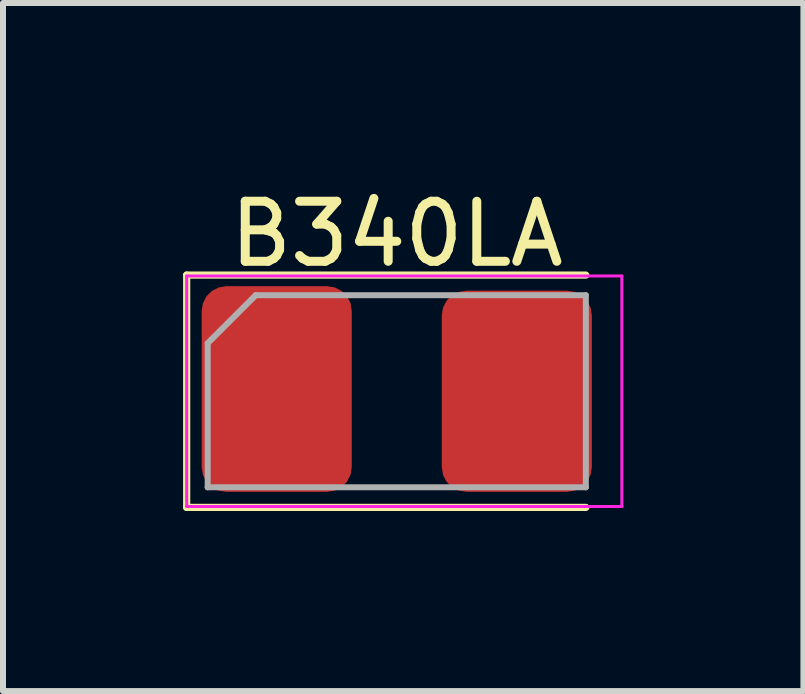
<source format=kicad_pcb>
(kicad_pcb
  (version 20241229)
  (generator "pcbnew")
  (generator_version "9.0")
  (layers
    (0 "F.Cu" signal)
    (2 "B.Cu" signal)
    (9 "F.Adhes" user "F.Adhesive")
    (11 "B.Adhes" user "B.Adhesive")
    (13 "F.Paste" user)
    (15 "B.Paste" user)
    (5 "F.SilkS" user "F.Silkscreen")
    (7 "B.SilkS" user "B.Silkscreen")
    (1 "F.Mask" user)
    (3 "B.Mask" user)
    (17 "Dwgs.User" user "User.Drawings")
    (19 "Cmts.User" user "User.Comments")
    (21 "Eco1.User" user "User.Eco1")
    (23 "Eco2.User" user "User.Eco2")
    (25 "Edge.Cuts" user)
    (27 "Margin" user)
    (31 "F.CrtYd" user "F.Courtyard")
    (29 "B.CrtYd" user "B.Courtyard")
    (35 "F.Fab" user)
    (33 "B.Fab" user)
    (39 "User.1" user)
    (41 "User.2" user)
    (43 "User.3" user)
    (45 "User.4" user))
  (footprint "B340LA"
    (layer "F.Cu")
    (at 3.56 3.468)
    (property "Reference" "B340LA" (at 0 -2.62 0) (layer "F.SilkS") (effects (font (size 1 1) (thickness 0.15))))
    (attr smd)
    (fp_line (start -3.5 -1.935) (end -3.5 1.935) (stroke (width 0.12) (type solid)) (layer "F.SilkS"))
    (fp_line (start -3.5 1.935) (end 3.15 1.935) (stroke (width 0.12) (type solid)) (layer "F.SilkS"))
    (fp_line (start 3.15 -1.935) (end -3.5 -1.935) (stroke (width 0.12) (type solid)) (layer "F.SilkS"))
    (fp_line (start -3.5 -1.92) (end 3.75 -1.92) (stroke (width 0.05) (type solid)) (layer "F.CrtYd"))
    (fp_line (start -3.5 1.92) (end -3.5 -1.92) (stroke (width 0.05) (type solid)) (layer "F.CrtYd"))
    (fp_line (start 3.75 -1.92) (end 3.75 1.92) (stroke (width 0.05) (type solid)) (layer "F.CrtYd"))
    (fp_line (start 3.75 1.92) (end -3.5 1.92) (stroke (width 0.05) (type solid)) (layer "F.CrtYd"))
    (fp_line (start -3.15 -0.8) (end -3.15 1.6) (stroke (width 0.1) (type solid)) (layer "F.Fab"))
    (fp_line (start -3.15 1.6) (end 3.15 1.6) (stroke (width 0.1) (type solid)) (layer "F.Fab"))
    (fp_line (start -2.35 -1.6) (end -3.15 -0.8) (stroke (width 0.1) (type solid)) (layer "F.Fab"))
    (fp_line (start 3.15 -1.6) (end -2.35 -1.6) (stroke (width 0.1) (type solid)) (layer "F.Fab"))
    (fp_line (start 3.15 1.6) (end 3.15 -1.6) (stroke (width 0.1) (type solid)) (layer "F.Fab"))
    (pad "1" smd roundrect (at -2 -0.037) (size 2.5 3.425) (layers "F.Cu" "F.Mask" "F.Paste") (roundrect_rratio 0.164))
    (pad "2" smd roundrect (at 2 0) (size 2.5 3.35) (layers "F.Cu" "F.Mask" "F.Paste") (roundrect_rratio 0.164)))
  (gr_rect
    (start -3 -3)
    (end 10.335 8.463)
    (stroke (width 0.1) (type default))
    (fill no)
    (layer "Edge.Cuts")))
</source>
